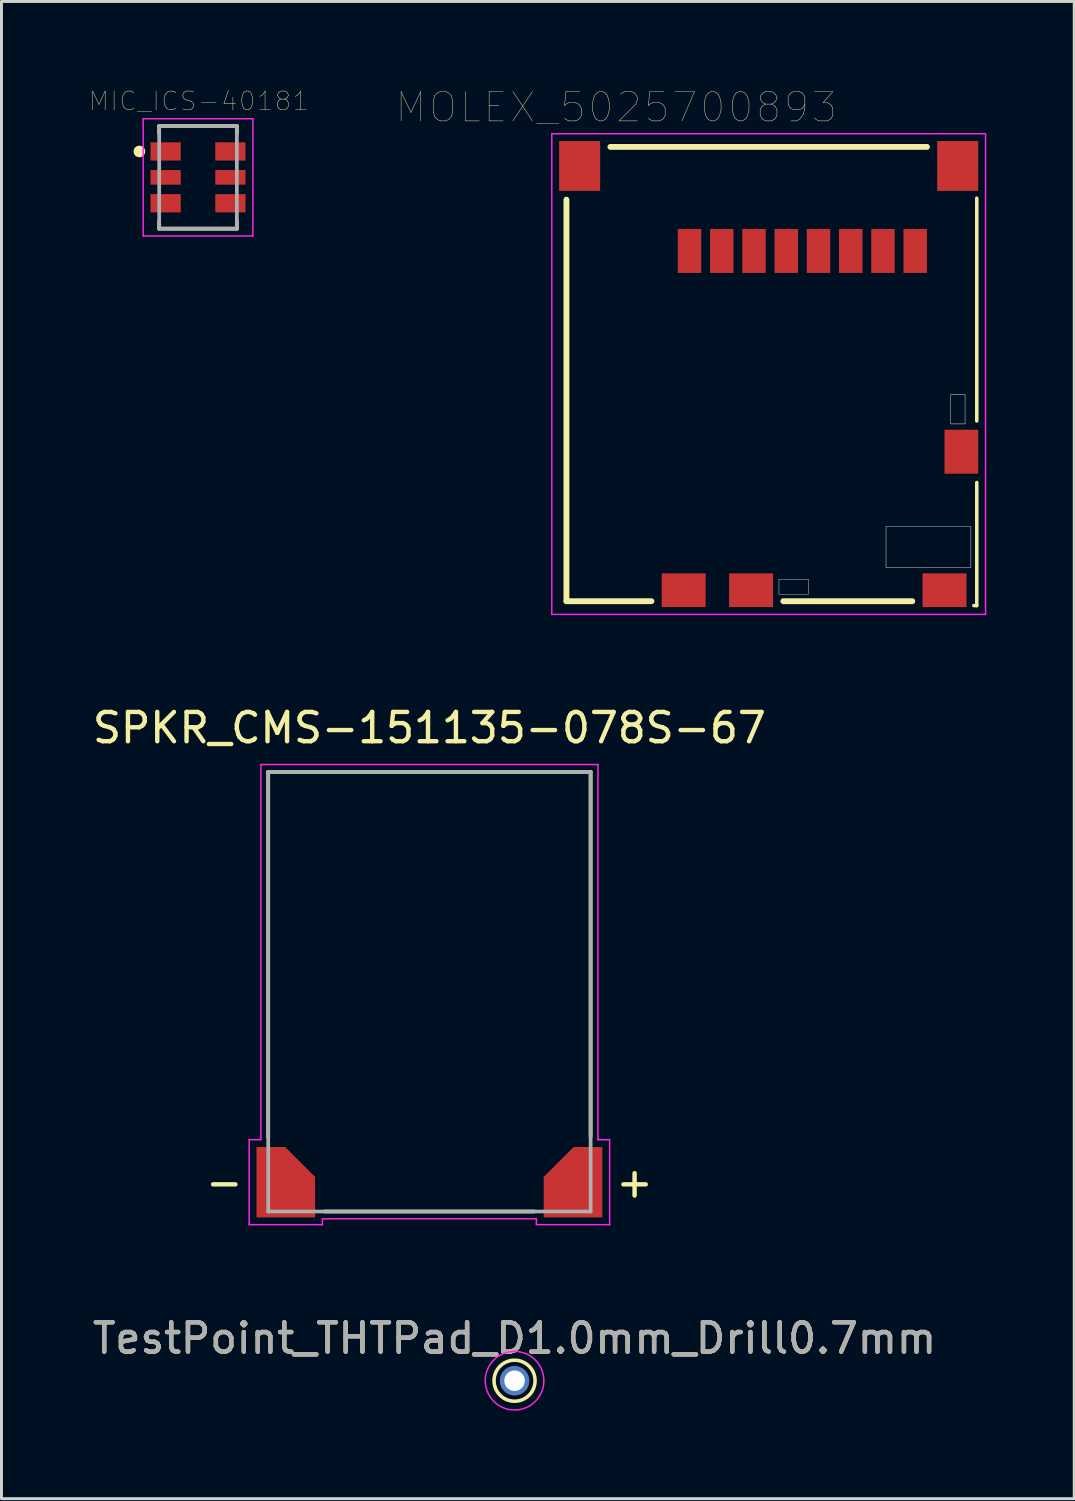
<source format=kicad_pcb>
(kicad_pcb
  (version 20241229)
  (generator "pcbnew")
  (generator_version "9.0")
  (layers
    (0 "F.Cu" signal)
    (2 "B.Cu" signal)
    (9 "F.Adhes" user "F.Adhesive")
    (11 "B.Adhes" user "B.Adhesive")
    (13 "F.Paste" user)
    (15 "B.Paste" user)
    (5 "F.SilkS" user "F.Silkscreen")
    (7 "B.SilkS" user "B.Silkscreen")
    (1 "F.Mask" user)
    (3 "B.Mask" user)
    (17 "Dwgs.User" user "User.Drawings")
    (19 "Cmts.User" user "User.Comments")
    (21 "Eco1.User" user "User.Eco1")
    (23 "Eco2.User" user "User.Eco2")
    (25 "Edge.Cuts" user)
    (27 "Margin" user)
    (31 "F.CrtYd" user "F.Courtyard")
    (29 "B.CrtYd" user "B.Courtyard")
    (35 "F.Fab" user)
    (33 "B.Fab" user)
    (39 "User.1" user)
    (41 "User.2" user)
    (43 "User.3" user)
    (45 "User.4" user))
  (footprint "MIC_ICS-40181"
    (layer "F.Cu")
    (at 3.706 3.001)
    (property "Reference" "MIC_ICS-40181" (at 0.032 -2.6 0) (layer "F.SilkS") (effects (font (size 0.64 0.64) (thickness 0.015))))
    (attr through_hole)
    (fp_line (start -1.325 -1.75) (end -1.325 -1.5) (stroke (width 0.127) (type solid)) (layer "F.SilkS"))
    (fp_line (start -1.325 1.5) (end -1.325 1.75) (stroke (width 0.127) (type solid)) (layer "F.SilkS"))
    (fp_line (start -1.325 1.75) (end 1.325 1.75) (stroke (width 0.127) (type solid)) (layer "F.SilkS"))
    (fp_line (start 1.325 -1.75) (end -1.325 -1.75) (stroke (width 0.127) (type solid)) (layer "F.SilkS"))
    (fp_line (start 1.325 -1.75) (end 1.325 -1.5) (stroke (width 0.127) (type solid)) (layer "F.SilkS"))
    (fp_line (start 1.325 1.75) (end 1.325 1.5) (stroke (width 0.127) (type solid)) (layer "F.SilkS"))
    (fp_circle (center -2 -0.884) (end -1.9 -0.884) (stroke (width 0.2) (type solid)) (fill no) (layer "F.SilkS"))
    (fp_line (start -1.871 -2) (end 1.871 -2) (stroke (width 0.05) (type solid)) (layer "F.CrtYd"))
    (fp_line (start -1.871 2) (end -1.871 -2) (stroke (width 0.05) (type solid)) (layer "F.CrtYd"))
    (fp_line (start 1.871 -2) (end 1.871 2) (stroke (width 0.05) (type solid)) (layer "F.CrtYd"))
    (fp_line (start 1.871 2) (end -1.871 2) (stroke (width 0.05) (type solid)) (layer "F.CrtYd"))
    (fp_line (start -1.325 -1.75) (end 1.325 -1.75) (stroke (width 0.127) (type solid)) (layer "F.Fab"))
    (fp_line (start -1.325 1.75) (end -1.325 -1.75) (stroke (width 0.127) (type solid)) (layer "F.Fab"))
    (fp_line (start 1.325 -1.75) (end 1.325 1.75) (stroke (width 0.127) (type solid)) (layer "F.Fab"))
    (fp_line (start 1.325 1.75) (end -1.325 1.75) (stroke (width 0.127) (type solid)) (layer "F.Fab"))
    (pad "1" smd rect (at -1.105 -0.884) (size 1.032 0.622) (layers "F.Cu" "F.Mask"))
    (pad "2" smd rect (at -1.105 0) (size 1.032 0.5) (layers "F.Cu" "F.Mask"))
    (pad "3" smd rect (at -1.105 0.884) (size 1.032 0.622) (layers "F.Cu" "F.Mask"))
    (pad "4" smd rect (at 1.105 0.884) (size 1.032 0.622) (layers "F.Cu" "F.Mask"))
    (pad "5" smd rect (at 1.105 0) (size 1.032 0.5) (layers "F.Cu" "F.Mask"))
    (pad "6" smd rect (at 1.105 -0.884) (size 1.032 0.622) (layers "F.Cu" "F.Mask")))
  (footprint "SPKR_CMS-151135-078S-67"
    (layer "F.Cu")
    (at 11.601 30.785)
    (property "Reference" "SPKR_CMS-151135-078S-67" (at 0 -9 0) (layer "F.SilkS") (effects (font (size 1 1) (thickness 0.15))))
    (attr through_hole)
    (fp_line (start -5.9 5.3) (end -4.92 5.3) (stroke (width 0.0001) (type solid)) (layer "F.Cu"))
    (fp_line (start -5.9 7.7) (end -5.9 5.3) (stroke (width 0.0001) (type solid)) (layer "F.Cu"))
    (fp_line (start -4.92 5.3) (end -3.9 6.32) (stroke (width 0.0001) (type solid)) (layer "F.Cu"))
    (fp_line (start -3.9 6.32) (end -3.9 7.7) (stroke (width 0.0001) (type solid)) (layer "F.Cu"))
    (fp_line (start -3.9 7.7) (end -5.9 7.7) (stroke (width 0.0001) (type solid)) (layer "F.Cu"))
    (fp_poly (pts (xy -5.9 5.3) (xy -4.92 5.3) (xy -3.9 6.32) (xy -3.9 7.7) (xy -5.9 7.7)) (stroke (width 0.0001) (type solid)) (fill yes) (layer "F.Cu"))
    (fp_poly (pts (xy 4.92 5.3) (xy 5.9 5.3) (xy 5.9 7.7) (xy 3.9 7.7) (xy 3.9 6.32)) (stroke (width 0.0001) (type solid)) (fill yes) (layer "F.Cu"))
    (fp_line (start -4.88 5.39) (end -5.86 5.39) (stroke (width 0.0001) (type solid)) (layer "F.Mask"))
    (fp_line (start -3.96 6.31) (end -4.88 5.39) (stroke (width 0.0001) (type solid)) (layer "F.Mask"))
    (fp_line (start 3.96 6.31) (end 4.88 5.39) (stroke (width 0.0001) (type solid)) (layer "F.Mask"))
    (fp_line (start 4.88 5.39) (end 5.86 5.39) (stroke (width 0.0001) (type solid)) (layer "F.Mask"))
    (fp_poly (pts (xy -6 5.2) (xy -4.92 5.2) (xy -3.8 6.32) (xy -3.8 7.8) (xy -6 7.8)) (stroke (width 0.0001) (type solid)) (fill yes) (layer "F.Mask"))
    (fp_poly (pts (xy 6 5.2) (xy 4.92 5.2) (xy 3.8 6.32) (xy 3.8 7.8) (xy 6 7.8)) (stroke (width 0.0001) (type solid)) (fill yes) (layer "F.Mask"))
    (fp_line (start -5.5 -7.5) (end 5.5 -7.5) (stroke (width 0.127) (type solid)) (layer "F.SilkS"))
    (fp_line (start -5.5 4.973) (end -5.5 -7.5) (stroke (width 0.127) (type solid)) (layer "F.SilkS"))
    (fp_line (start -3.573 7.5) (end 3.573 7.5) (stroke (width 0.127) (type solid)) (layer "F.SilkS"))
    (fp_line (start 5.5 -7.5) (end 5.5 4.946) (stroke (width 0.127) (type solid)) (layer "F.SilkS"))
    (fp_poly (pts (xy -5.9 5.3) (xy -4.92 5.3) (xy -3.9 6.32) (xy -3.9 7.7) (xy -5.9 7.7)) (stroke (width 0.0001) (type solid)) (fill yes) (layer "F.Paste"))
    (fp_poly (pts (xy 4.92 5.3) (xy 5.9 5.3) (xy 5.9 7.7) (xy 3.9 7.7) (xy 3.9 6.32)) (stroke (width 0.0001) (type solid)) (fill yes) (layer "F.Paste"))
    (fp_line (start -6.15 5.05) (end -6.15 7.95) (stroke (width 0.05) (type solid)) (layer "F.CrtYd"))
    (fp_line (start -6.15 7.95) (end -3.65 7.95) (stroke (width 0.05) (type solid)) (layer "F.CrtYd"))
    (fp_line (start -5.75 -7.75) (end -5.75 5.05) (stroke (width 0.05) (type solid)) (layer "F.CrtYd"))
    (fp_line (start -5.75 -7.75) (end 5.75 -7.75) (stroke (width 0.05) (type solid)) (layer "F.CrtYd"))
    (fp_line (start -5.75 5.05) (end -6.15 5.05) (stroke (width 0.05) (type solid)) (layer "F.CrtYd"))
    (fp_line (start -3.65 7.75) (end 3.65 7.75) (stroke (width 0.05) (type solid)) (layer "F.CrtYd"))
    (fp_line (start -3.65 7.95) (end -3.65 7.75) (stroke (width 0.05) (type solid)) (layer "F.CrtYd"))
    (fp_line (start 3.65 7.75) (end 3.65 7.95) (stroke (width 0.05) (type solid)) (layer "F.CrtYd"))
    (fp_line (start 3.65 7.95) (end 6.15 7.95) (stroke (width 0.05) (type solid)) (layer "F.CrtYd"))
    (fp_line (start 5.75 5.05) (end 5.75 -7.75) (stroke (width 0.05) (type solid)) (layer "F.CrtYd"))
    (fp_line (start 6.15 5.05) (end 5.75 5.05) (stroke (width 0.05) (type solid)) (layer "F.CrtYd"))
    (fp_line (start 6.15 7.95) (end 6.15 5.05) (stroke (width 0.05) (type solid)) (layer "F.CrtYd"))
    (fp_line (start -5.5 -7.5) (end 5.5 -7.5) (stroke (width 0.127) (type solid)) (layer "F.Fab"))
    (fp_line (start -5.5 7.5) (end -5.5 -7.5) (stroke (width 0.127) (type solid)) (layer "F.Fab"))
    (fp_line (start 5.5 -7.5) (end 5.5 7.5) (stroke (width 0.127) (type solid)) (layer "F.Fab"))
    (fp_line (start 5.5 7.5) (end -5.5 7.5) (stroke (width 0.127) (type solid)) (layer "F.Fab"))
    (fp_text user "+" (at 7 6.5 0) (layer "F.SilkS") (effects (font (size 1 1) (thickness 0.15))))
    (fp_text user "-" (at -7 6.5 0) (layer "F.SilkS") (effects (font (size 1 1) (thickness 0.15))))
    (pad "M" smd rect (at -5 6.99) (size 1 1) (layers "F.Cu"))
    (pad "P" smd rect (at 5 6.99) (size 1 1) (layers "F.Cu")))
  (footprint "TestPoint_THTPad_D1.0mm_Drill0.7mm"
    (layer "F.Cu")
    (at 14.506 44.058)
    (property "Reference" "TestPoint_THTPad_D1.0mm_Drill0.7mm" (at 0 -1.448 0) (layer "F.SilkS") (effects (font (size 1 1) (thickness 0.15))))
    (attr exclude_from_pos_files exclude_from_bom)
    (fp_circle (center 0 0) (end 0 0.7) (stroke (width 0.12) (type solid)) (fill no) (layer "F.SilkS"))
    (fp_circle (center 0 0) (end 1 0) (stroke (width 0.05) (type solid)) (fill no) (layer "F.CrtYd"))
    (fp_text user "${REFERENCE}" (at 0 -1.45 0) (layer "F.Fab") (effects (font (size 1 1) (thickness 0.15))))
    (pad "1" thru_hole circle (at 0 0) (size 1 1) (drill 0.7) (layers "*.Cu" "*.Mask")))
  (footprint "MOLEX_5025700893"
    (layer "F.Cu")
    (at 23.176 9.712)
    (property "Reference" "MOLEX_5025700893" (at -5.2 -9.1 180) (layer "F.SilkS") (effects (font (size 1.001 1.001) (thickness 0.015))))
    (attr through_hole)
    (fp_line (start -6.9 7.75) (end -6.9 -5.95) (stroke (width 0.2) (type solid)) (layer "F.SilkS"))
    (fp_line (start -5.4 -7.75) (end 5.4 -7.75) (stroke (width 0.2) (type solid)) (layer "F.SilkS"))
    (fp_line (start -4 7.75) (end -6.9 7.75) (stroke (width 0.2) (type solid)) (layer "F.SilkS"))
    (fp_line (start 4.9 7.75) (end 0.5 7.75) (stroke (width 0.2) (type solid)) (layer "F.SilkS"))
    (fp_line (start 7.1 -6) (end 7.1 1.6) (stroke (width 0.12) (type solid)) (layer "F.SilkS"))
    (fp_line (start 7.1 3.7) (end 7.1 7.9) (stroke (width 0.12) (type solid)) (layer "F.SilkS"))
    (fp_line (start 7.1 7.9) (end 7 7.9) (stroke (width 0.12) (type solid)) (layer "F.SilkS"))
    (fp_poly (pts (xy 0.351 7) (xy 1.35 7) (xy 1.35 7.513) (xy 0.351 7.513)) (stroke (width 0.01) (type solid)) (fill no) (layer "Dwgs.User"))
    (fp_poly (pts (xy 0.351 7) (xy 1.35 7) (xy 1.35 7.514) (xy 0.351 7.514)) (stroke (width 0.01) (type solid)) (fill no) (layer "Dwgs.User"))
    (fp_poly (pts (xy 4.002 5.2) (xy 6.9 5.2) (xy 6.9 6.604) (xy 4.002 6.604)) (stroke (width 0.01) (type solid)) (fill no) (layer "Dwgs.User"))
    (fp_poly (pts (xy 4.005 5.2) (xy 6.9 5.2) (xy 6.9 6.609) (xy 4.005 6.609)) (stroke (width 0.01) (type solid)) (fill no) (layer "Dwgs.User"))
    (fp_poly (pts (xy 6.205 0.7) (xy 6.7 0.7) (xy 6.7 1.701) (xy 6.205 1.701)) (stroke (width 0.01) (type solid)) (fill no) (layer "Dwgs.User"))
    (fp_poly (pts (xy 6.21 0.7) (xy 6.7 0.7) (xy 6.7 1.703) (xy 6.21 1.703)) (stroke (width 0.01) (type solid)) (fill no) (layer "Dwgs.User"))
    (fp_line (start -7.4 -8.2) (end 7.4 -8.2) (stroke (width 0.05) (type solid)) (layer "F.CrtYd"))
    (fp_line (start -7.4 8.2) (end -7.4 -8.2) (stroke (width 0.05) (type solid)) (layer "F.CrtYd"))
    (fp_line (start 7.4 -8.2) (end 7.4 8.2) (stroke (width 0.05) (type solid)) (layer "F.CrtYd"))
    (fp_line (start 7.4 8.2) (end -7.4 8.2) (stroke (width 0.05) (type solid)) (layer "F.CrtYd"))
    (pad "1" smd rect (at -2.7 -4.2) (size 0.8 1.5) (layers "F.Cu" "F.Mask" "F.Paste"))
    (pad "2" smd rect (at -1.6 -4.2) (size 0.8 1.5) (layers "F.Cu" "F.Mask" "F.Paste"))
    (pad "3" smd rect (at -0.5 -4.2) (size 0.8 1.5) (layers "F.Cu" "F.Mask" "F.Paste"))
    (pad "4" smd rect (at 0.6 -4.2) (size 0.8 1.5) (layers "F.Cu" "F.Mask" "F.Paste"))
    (pad "5" smd rect (at 1.7 -4.2) (size 0.8 1.5) (layers "F.Cu" "F.Mask" "F.Paste"))
    (pad "6" smd rect (at 2.8 -4.2) (size 0.8 1.5) (layers "F.Cu" "F.Mask" "F.Paste"))
    (pad "7" smd rect (at 3.9 -4.2) (size 0.8 1.5) (layers "F.Cu" "F.Mask" "F.Paste"))
    (pad "8" smd rect (at 5 -4.2) (size 0.8 1.5) (layers "F.Cu" "F.Mask" "F.Paste"))
    (pad "9" smd rect (at 6.575 2.65) (size 1.15 1.5) (layers "F.Cu" "F.Mask" "F.Paste"))
    (pad "10" smd rect (at -0.6 7.375) (size 1.5 1.15) (layers "F.Cu" "F.Mask" "F.Paste"))
    (pad "P$1" smd rect (at -6.45 -7.1) (size 1.4 1.7) (layers "F.Cu" "F.Mask" "F.Paste"))
    (pad "P$2" smd rect (at 6.45 -7.1) (size 1.4 1.7) (layers "F.Cu" "F.Mask" "F.Paste"))
    (pad "P$3" smd rect (at -2.9 7.375) (size 1.5 1.15) (layers "F.Cu" "F.Mask" "F.Paste"))
    (pad "P$5" smd rect (at 6 7.375) (size 1.5 1.15) (layers "F.Cu" "F.Mask" "F.Paste")))
  (gr_rect
    (start -3 -3)
    (end 33.601 48.083)
    (stroke (width 0.1) (type default))
    (fill no)
    (layer "Edge.Cuts")))
</source>
